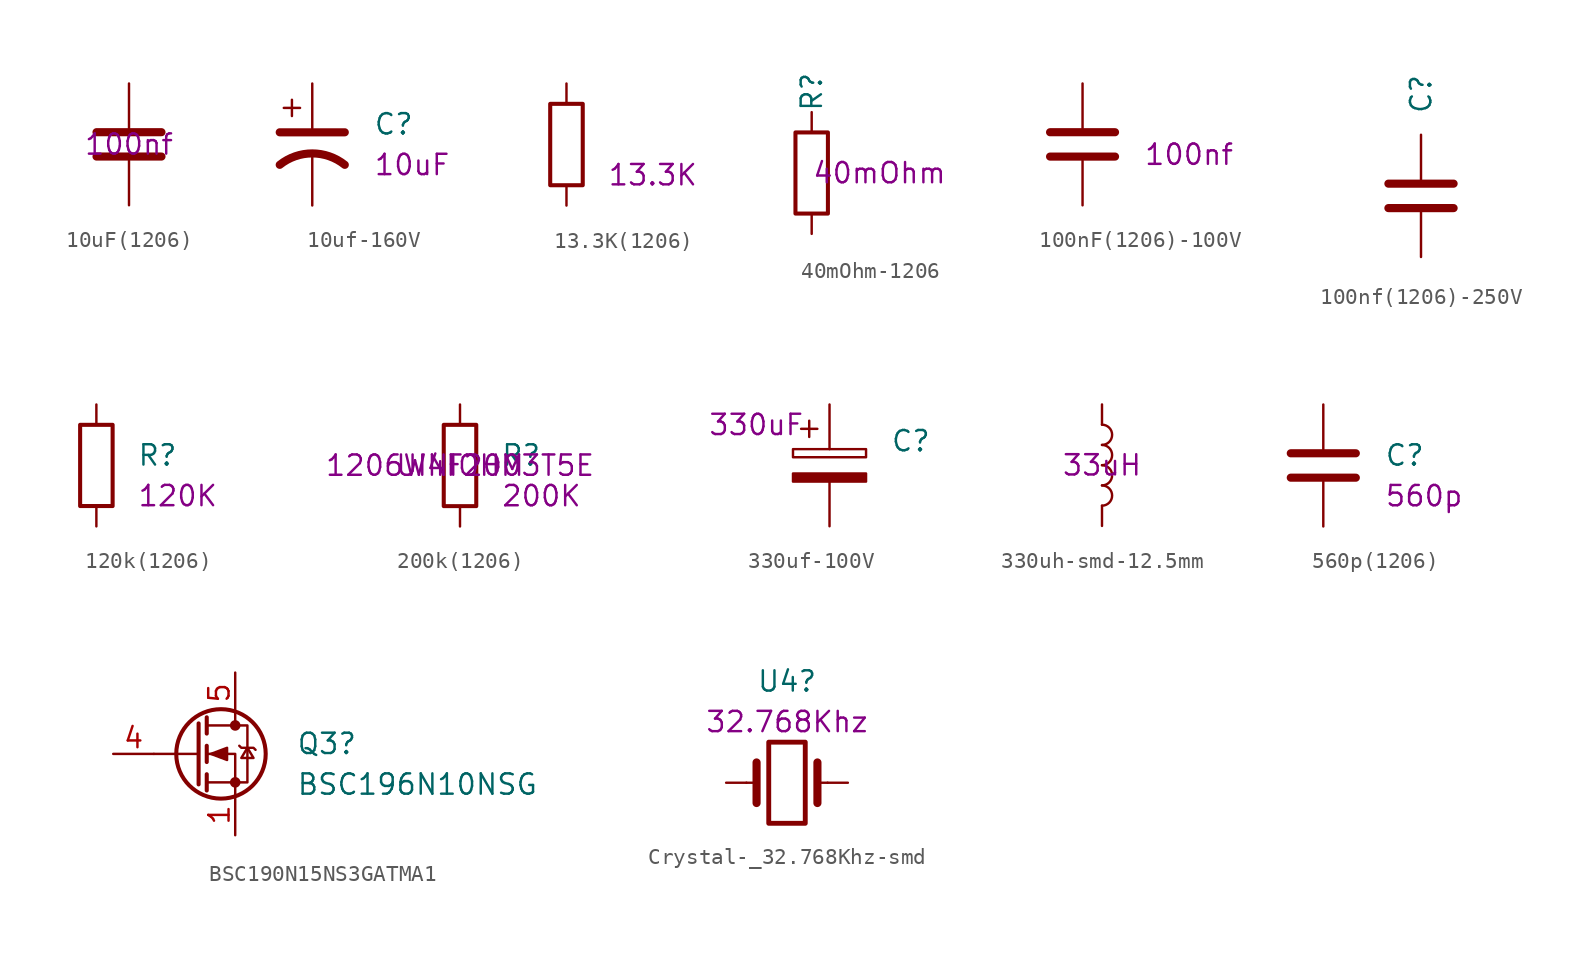
<source format=kicad_sym>
(kicad_symbol_lib
  (version 20220914)
  (generator kicad_symbol_editor)
  (symbol "10uF(1206)"
    (pin_numbers hide)
    (pin_names
      (offset 0.254))
    (property "Reference" "C"
      (at 3.81 0.635 0)
      (effects (font (size 1 1)) (justify left) hide))
    (property "Main Value" "100nf"
      (at 0 0 0)
      (effects (font (size 1.27 1.27))))
    (symbol "10uF(1206)_0_1"
      (polyline (pts (xy -2.032 -0.762) (xy 2.032 -0.762)) (stroke (width 0.508) (type solid)) (fill (type none)))
      (polyline (pts (xy -2.032 0.762) (xy 2.032 0.762)) (stroke (width 0.508) (type solid)) (fill (type none))))
    (symbol "10uF(1206)_1_1"
      (pin passive line (at 0 3.81 270) (length 2.794) (name "~" (effects (font (size 1.27 1.27)))) (number "1" (effects (font (size 1.27 1.27)))))
      (pin passive line (at 0 -3.81 90) (length 2.794) (name "~" (effects (font (size 1.27 1.27)))) (number "2" (effects (font (size 1.27 1.27)))))))
  (symbol "10uf-160V"
    (pin_numbers hide)
    (pin_names
      (offset 0.254) hide)
    (property "Reference" "C"
      (at 3.81 1.27 0)
      (effects (font (size 1.27 1.27)) (justify left)))
    (property "Main Value" "10uF"
      (at 3.81 -1.27 0)
      (effects (font (size 1.27 1.27)) (justify left)))
    (symbol "10uf-160V_0_1"
      (polyline (pts (xy -2.032 0.762) (xy 2.032 0.762)) (stroke (width 0.508) (type default)) (fill (type none)))
      (polyline (pts (xy -1.778 2.286) (xy -0.762 2.286)) (stroke (width 0) (type default)) (fill (type none)))
      (polyline (pts (xy -1.27 1.778) (xy -1.27 2.794)) (stroke (width 0) (type default)) (fill (type none)))
      (arc (start 2.032 -1.27) (mid 0 -0.5572) (end -2.032 -1.27) (stroke (width 0.508) (type default)) (fill (type none))))
    (symbol "10uf-160V_1_1"
      (pin passive line (at 0 3.81 270) (length 2.794) (name "~" (effects (font (size 1.27 1.27)))) (number "1" (effects (font (size 1.27 1.27)))))
      (pin passive line (at 0 -3.81 90) (length 3.302) (name "~" (effects (font (size 1.27 1.27)))) (number "2" (effects (font (size 1.27 1.27)))))))
  (symbol "13.3K(1206)"
    (pin_numbers hide)
    (pin_names
      (offset 0))
    (property "Reference" "R"
      (at 2.54 0.635 0)
      (effects (font (size 1.27 1.27)) (justify left) hide))
    (property "Main Value" "13.3K"
      (at 2.54 -1.905 0)
      (effects (font (size 1.27 1.27)) (justify left)))
    (symbol "13.3K(1206)_0_1"
      (rectangle (start -1.016 -2.54) (end 1.016 2.54) (stroke (width 0.254) (type default)) (fill (type none))))
    (symbol "13.3K(1206)_1_1"
      (pin passive line (at 0 3.81 270) (length 1.27) (name "~" (effects (font (size 1.27 1.27)))) (number "1" (effects (font (size 1.27 1.27)))))
      (pin passive line (at 0 -3.81 90) (length 1.27) (name "~" (effects (font (size 1.27 1.27)))) (number "2" (effects (font (size 1.27 1.27)))))))
  (symbol "40mOhm-1206"
    (pin_numbers hide)
    (pin_names
      (offset 0))
    (property "Reference" "R"
      (at 0 5.08 90)
      (effects (font (size 1.27 1.27))))
    (property "Main Value" "40mOhm"
      (at 0 0 0)
      (effects (font (size 1.27 1.27)) (justify left)))
    (symbol "40mOhm-1206_0_1"
      (rectangle (start -1.016 -2.54) (end 1.016 2.54) (stroke (width 0.254) (type default)) (fill (type none))))
    (symbol "40mOhm-1206_1_1"
      (pin passive line (at 0 3.81 270) (length 1.27) (name "~" (effects (font (size 1.27 1.27)))) (number "1" (effects (font (size 1.27 1.27)))))
      (pin passive line (at 0 -3.81 90) (length 1.27) (name "~" (effects (font (size 1.27 1.27)))) (number "2" (effects (font (size 1.27 1.27)))))))
  (symbol "100nF(1206)-100V"
    (pin_numbers hide)
    (pin_names
      (offset 0.254))
    (property "Reference" "C53"
      (at 3.81 0.635 0)
      (effects (font (size 1 1)) (justify left) hide))
    (property "Main Value" "100nf"
      (at 3.81 -0.635 0)
      (effects (font (size 1.27 1.27)) (justify left)))
    (symbol "100nF(1206)-100V_0_1"
      (polyline (pts (xy -2.032 -0.762) (xy 2.032 -0.762)) (stroke (width 0.508) (type solid)) (fill (type none)))
      (polyline (pts (xy -2.032 0.762) (xy 2.032 0.762)) (stroke (width 0.508) (type solid)) (fill (type none))))
    (symbol "100nF(1206)-100V_1_1"
      (pin passive line (at 0 3.81 270) (length 2.794) (name "~" (effects (font (size 1.27 1.27)))) (number "1" (effects (font (size 1.27 1.27)))))
      (pin passive line (at 0 -3.81 90) (length 2.794) (name "~" (effects (font (size 1.27 1.27)))) (number "2" (effects (font (size 1.27 1.27)))))))
  (symbol "100nf(1206)-250V"
    (pin_numbers hide)
    (pin_names
      (offset 0.254))
    (property "Reference" "C"
      (at 0 6.35 90)
      (effects (font (size 1.27 1.27))))
    (symbol "100nf(1206)-250V_0_1"
      (polyline (pts (xy -2.032 -0.762) (xy 2.032 -0.762)) (stroke (width 0.508) (type default)) (fill (type none)))
      (polyline (pts (xy -2.032 0.762) (xy 2.032 0.762)) (stroke (width 0.508) (type default)) (fill (type none))))
    (symbol "100nf(1206)-250V_1_1"
      (pin passive line (at 0 3.81 270) (length 2.794) (name "~" (effects (font (size 1.27 1.27)))) (number "1" (effects (font (size 1.27 1.27)))))
      (pin passive line (at 0 -3.81 90) (length 2.794) (name "~" (effects (font (size 1.27 1.27)))) (number "2" (effects (font (size 1.27 1.27)))))))
  (symbol "120k(1206)"
    (pin_numbers hide)
    (pin_names
      (offset 0))
    (property "Reference" "R"
      (at 2.54 0.635 0)
      (effects (font (size 1.27 1.27)) (justify left)))
    (property "Main Value" "120K"
      (at 2.54 -1.905 0)
      (effects (font (size 1.27 1.27)) (justify left)))
    (symbol "120k(1206)_0_1"
      (rectangle (start -1.016 -2.54) (end 1.016 2.54) (stroke (width 0.254) (type default)) (fill (type none))))
    (symbol "120k(1206)_1_1"
      (pin passive line (at 0 3.81 270) (length 1.27) (name "~" (effects (font (size 1.27 1.27)))) (number "1" (effects (font (size 1.27 1.27)))))
      (pin passive line (at 0 -3.81 90) (length 1.27) (name "~" (effects (font (size 1.27 1.27)))) (number "2" (effects (font (size 1.27 1.27)))))))
  (symbol "200k(1206)"
    (pin_numbers hide)
    (pin_names
      (offset 0))
    (property "Reference" "R"
      (at 2.54 0.635 0)
      (effects (font (size 1.27 1.27)) (justify left)))
    (property "Main Value" "200K"
      (at 2.54 -1.905 0)
      (effects (font (size 1.27 1.27)) (justify left)))
    (property "Manufacturer(A)" "UINIOHM"
      (at 0 0 0)
      (effects (font (size 1.27 1.27))))
    (property "MPN(A)" "1206W4F2003T5E"
      (at 0 0 0)
      (effects (font (size 1.27 1.27))))
    (symbol "200k(1206)_0_1"
      (rectangle (start -1.016 -2.54) (end 1.016 2.54) (stroke (width 0.254) (type default)) (fill (type none))))
    (symbol "200k(1206)_1_1"
      (pin passive line (at 0 3.81 270) (length 1.27) (name "~" (effects (font (size 1.27 1.27)))) (number "1" (effects (font (size 1.27 1.27)))))
      (pin passive line (at 0 -3.81 90) (length 1.27) (name "~" (effects (font (size 1.27 1.27)))) (number "2" (effects (font (size 1.27 1.27)))))))
  (symbol "330uf-100V"
    (pin_numbers hide)
    (pin_names
      (offset 0.254))
    (property "Reference" "C"
      (at 3.81 1.524 0)
      (effects (font (size 1.27 1.27)) (justify left)))
    (property "Main Value" "330uF"
      (at -7.62 2.54 0)
      (effects (font (size 1.27 1.27)) (justify left)))
    (symbol "330uf-100V_0_1"
      (rectangle (start -2.286 0.508) (end 2.286 1.016) (stroke (width 0) (type default)) (fill (type none)))
      (polyline (pts (xy -1.778 2.286) (xy -0.762 2.286)) (stroke (width 0) (type default)) (fill (type none)))
      (polyline (pts (xy -1.27 2.794) (xy -1.27 1.778)) (stroke (width 0) (type default)) (fill (type none)))
      (rectangle (start 2.286 -0.508) (end -2.286 -1.016) (stroke (width 0) (type default)) (fill (type outline))))
    (symbol "330uf-100V_1_1"
      (pin passive line (at 0 3.81 270) (length 2.794) (name "~" (effects (font (size 1.27 1.27)))) (number "1" (effects (font (size 1.27 1.27)))))
      (pin passive line (at 0 -3.81 90) (length 2.794) (name "~" (effects (font (size 1.27 1.27)))) (number "2" (effects (font (size 1.27 1.27)))))))
  (symbol "330uh-smd-12.5mm"
    (pin_numbers hide)
    (pin_names
      (offset 1.016) hide)
    (property "Reference" "L"
      (at 0 3.81 90)
      (effects (font (size 1.27 1.27)) hide))
    (property "Main Value" "33uH"
      (at 0 0 0)
      (effects (font (size 1.27 1.27))))
    (symbol "330uh-smd-12.5mm_0_1"
      (arc (start 0 -2.54) (mid 0.6323 -1.905) (end 0 -1.27) (stroke (width 0) (type default)) (fill (type none)))
      (arc (start 0 -1.27) (mid 0.6323 -0.635) (end 0 0) (stroke (width 0) (type default)) (fill (type none)))
      (arc (start 0 0) (mid 0.6323 0.635) (end 0 1.27) (stroke (width 0) (type default)) (fill (type none)))
      (arc (start 0 1.27) (mid 0.6323 1.905) (end 0 2.54) (stroke (width 0) (type default)) (fill (type none))))
    (symbol "330uh-smd-12.5mm_1_1"
      (pin passive line (at 0 3.81 270) (length 1.27) (name "1" (effects (font (size 1.27 1.27)))) (number "1" (effects (font (size 1.27 1.27)))))
      (pin passive line (at 0 -3.81 90) (length 1.27) (name "2" (effects (font (size 1.27 1.27)))) (number "2" (effects (font (size 1.27 1.27)))))))
  (symbol "560p(1206)"
    (pin_numbers hide)
    (pin_names
      (offset 0.254))
    (property "Reference" "C"
      (at 3.81 0.635 0)
      (effects (font (size 1.27 1.27)) (justify left)))
    (property "Main Value" "560p"
      (at 3.81 -1.905 0)
      (effects (font (size 1.27 1.27)) (justify left)))
    (symbol "560p(1206)_0_1"
      (polyline (pts (xy -2.032 -0.762) (xy 2.032 -0.762)) (stroke (width 0.508) (type solid)) (fill (type none)))
      (polyline (pts (xy -2.032 0.762) (xy 2.032 0.762)) (stroke (width 0.508) (type solid)) (fill (type none))))
    (symbol "560p(1206)_1_1"
      (pin passive line (at 0 3.81 270) (length 2.794) (name "~" (effects (font (size 1.27 1.27)))) (number "1" (effects (font (size 1.27 1.27)))))
      (pin passive line (at 0 -3.81 90) (length 2.794) (name "~" (effects (font (size 1.27 1.27)))) (number "2" (effects (font (size 1.27 1.27)))))))
  (symbol "BSC190N15NS3GATMA1"
    (pin_names hide)
    (property "Reference" "Q3"
      (at 6.35 0.635 0)
      (effects (font (size 1.27 1.27)) (justify left)))
    (property "Value" "BSC196N10NSG"
      (at 6.35 -1.905 0)
      (effects (font (size 1.27 1.27)) (justify left)))
    (symbol "BSC190N15NS3GATMA1_0_1"
      (polyline (pts (xy 0.254 0) (xy -2.54 0)) (stroke (width 0) (type default)) (fill (type none)))
      (polyline (pts (xy 0.254 1.905) (xy 0.254 -1.905)) (stroke (width 0.254) (type default)) (fill (type none)))
      (polyline (pts (xy 0.762 -1.27) (xy 0.762 -2.286)) (stroke (width 0.254) (type default)) (fill (type none)))
      (polyline (pts (xy 0.762 0.508) (xy 0.762 -0.508)) (stroke (width 0.254) (type default)) (fill (type none)))
      (polyline (pts (xy 0.762 2.286) (xy 0.762 1.27)) (stroke (width 0.254) (type default)) (fill (type none)))
      (polyline (pts (xy 2.54 2.54) (xy 2.54 1.778)) (stroke (width 0) (type default)) (fill (type none)))
      (polyline (pts (xy 2.54 -2.54) (xy 2.54 0) (xy 0.762 0)) (stroke (width 0) (type default)) (fill (type none)))
      (polyline (pts (xy 0.762 -1.778) (xy 3.302 -1.778) (xy 3.302 1.778) (xy 0.762 1.778)) (stroke (width 0) (type default)) (fill (type none)))
      (polyline (pts (xy 1.016 0) (xy 2.032 0.381) (xy 2.032 -0.381) (xy 1.016 0)) (stroke (width 0) (type default)) (fill (type outline)))
      (polyline (pts (xy 2.794 0.508) (xy 2.921 0.381) (xy 3.683 0.381) (xy 3.81 0.254)) (stroke (width 0) (type default)) (fill (type none)))
      (polyline (pts (xy 3.302 0.381) (xy 2.921 -0.254) (xy 3.683 -0.254) (xy 3.302 0.381)) (stroke (width 0) (type default)) (fill (type none)))
      (circle (center 1.651 0) (radius 2.794) (stroke (width 0.254) (type default)) (fill (type none)))
      (circle (center 2.54 -1.778) (radius 0.254) (stroke (width 0) (type default)) (fill (type outline)))
      (circle (center 2.54 1.778) (radius 0.254) (stroke (width 0) (type default)) (fill (type outline))))
    (symbol "BSC190N15NS3GATMA1_1_1"
      (pin passive line (at 2.54 -5.08 90) (length 2.54) (name "S" (effects (font (size 1.27 1.27)))) (number "1" (effects (font (size 1.27 1.27)))))
      (pin passive line (at 2.54 -5.08 90) (length 2.54) hide (name "S" (effects (font (size 1.27 1.27)))) (number "2" (effects (font (size 1.27 1.27)))))
      (pin passive line (at 2.54 -5.08 90) (length 2.54) hide (name "S" (effects (font (size 1.27 1.27)))) (number "3" (effects (font (size 1.27 1.27)))))
      (pin passive line (at -5.08 0 0) (length 2.54) (name "G" (effects (font (size 1.27 1.27)))) (number "4" (effects (font (size 1.27 1.27)))))
      (pin passive line (at 2.54 5.08 270) (length 2.54) (name "D" (effects (font (size 1.27 1.27)))) (number "5" (effects (font (size 1.27 1.27)))))))
  (symbol "Crystal-_32.768Khz-smd"
    (pin_numbers hide)
    (pin_names
      (offset 1.016) hide)
    (property "Reference" "U4"
      (at 0 6.35 0)
      (effects (font (size 1.27 1.27))))
    (property "Main Value" "32.768Khz"
      (at 0 3.81 0)
      (effects (font (size 1.27 1.27))))
    (symbol "Crystal-_32.768Khz-smd_0_1"
      (rectangle (start -1.143 2.54) (end 1.143 -2.54) (stroke (width 0.305) (type default)) (fill (type none)))
      (polyline (pts (xy -2.54 0) (xy -1.905 0)) (stroke (width 0) (type default)) (fill (type none)))
      (polyline (pts (xy -1.905 -1.27) (xy -1.905 1.27)) (stroke (width 0.508) (type default)) (fill (type none)))
      (polyline (pts (xy 1.905 -1.27) (xy 1.905 1.27)) (stroke (width 0.508) (type default)) (fill (type none)))
      (polyline (pts (xy 2.54 0) (xy 1.905 0)) (stroke (width 0) (type default)) (fill (type none))))
    (symbol "Crystal-_32.768Khz-smd_1_1"
      (pin passive line (at -3.81 0 0) (length 1.27) (name "1" (effects (font (size 1.27 1.27)))) (number "1" (effects (font (size 1.27 1.27)))))
      (pin passive line (at 3.81 0 180) (length 1.27) (name "2" (effects (font (size 1.27 1.27)))) (number "2" (effects (font (size 1.27 1.27))))))))
</source>
